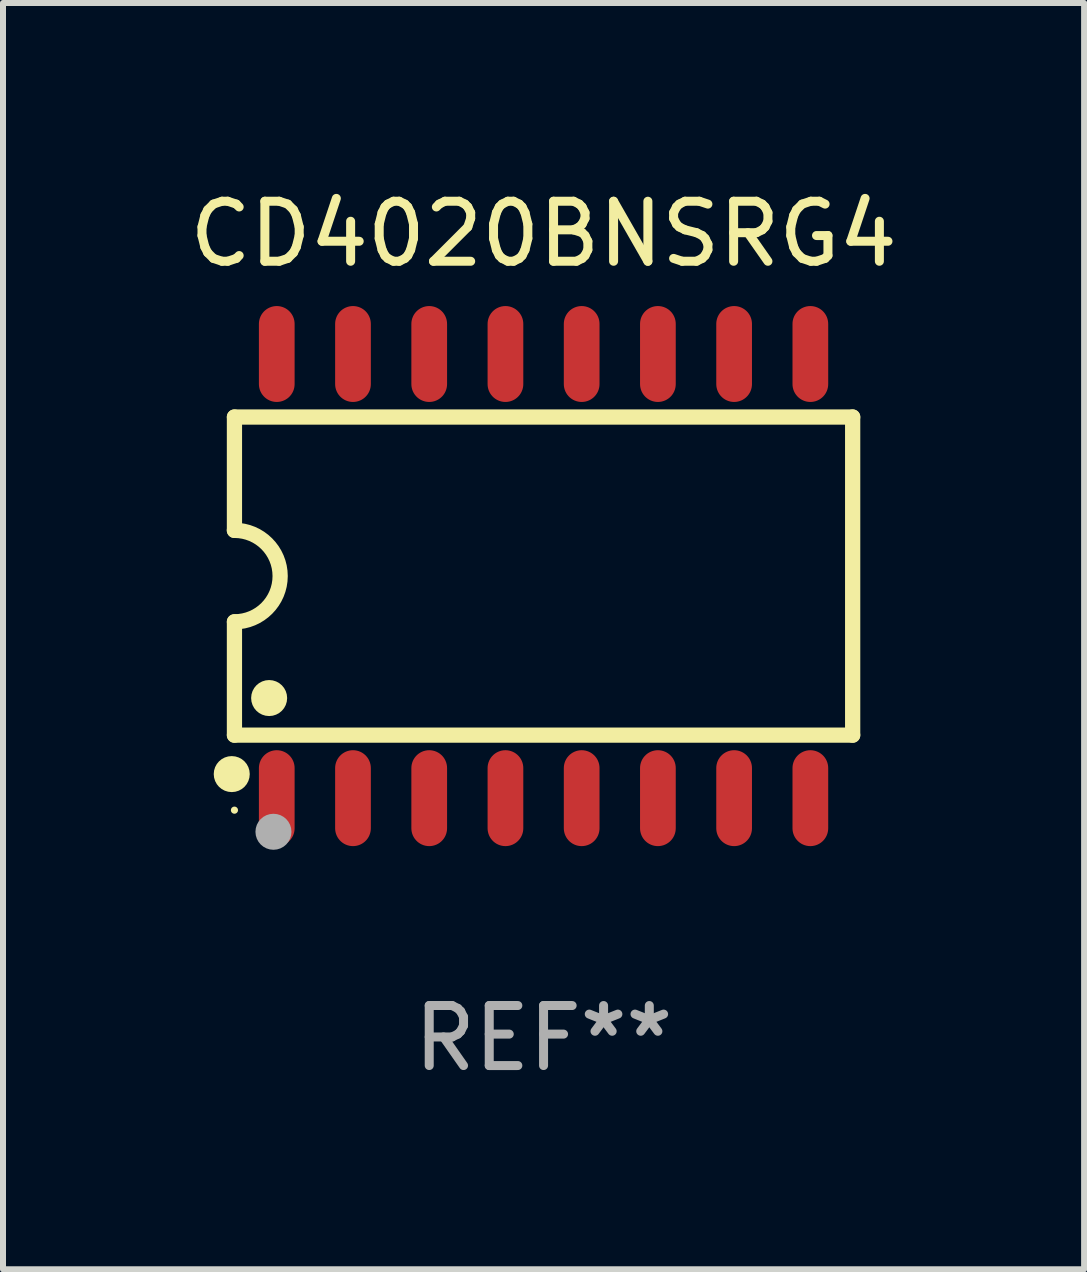
<source format=kicad_pcb>
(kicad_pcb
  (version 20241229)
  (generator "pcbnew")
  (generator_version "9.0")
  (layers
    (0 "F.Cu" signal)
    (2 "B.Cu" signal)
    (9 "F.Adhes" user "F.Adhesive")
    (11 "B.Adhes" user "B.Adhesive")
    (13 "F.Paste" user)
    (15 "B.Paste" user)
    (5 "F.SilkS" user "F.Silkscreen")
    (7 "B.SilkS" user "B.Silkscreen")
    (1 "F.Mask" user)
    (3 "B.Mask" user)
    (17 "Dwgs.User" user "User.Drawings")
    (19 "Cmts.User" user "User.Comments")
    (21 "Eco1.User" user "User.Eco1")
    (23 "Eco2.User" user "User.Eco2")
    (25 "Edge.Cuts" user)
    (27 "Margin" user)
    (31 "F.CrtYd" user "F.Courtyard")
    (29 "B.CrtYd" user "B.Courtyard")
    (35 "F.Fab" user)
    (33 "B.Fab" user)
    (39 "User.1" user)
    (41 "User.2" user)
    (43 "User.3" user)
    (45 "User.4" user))
  (footprint "CD4020BNSRG4"
    (layer "F.Cu")
    (at 6.006 6.548)
    (property "Reference" "CD4020BNSRG4" (at 0 -5.7 0) (layer "F.SilkS") (effects (font (size 1 1) (thickness 0.15))))
    (attr through_hole)
    (fp_line (start -5.15 -2.65) (end -5.15 -0.762) (stroke (width 0.254) (type solid)) (layer "F.SilkS"))
    (fp_line (start -5.15 -2.65) (end 5.15 -2.65) (stroke (width 0.254) (type solid)) (layer "F.SilkS"))
    (fp_line (start -5.15 2.65) (end -5.15 0.762) (stroke (width 0.254) (type solid)) (layer "F.SilkS"))
    (fp_line (start 5.15 -2.65) (end 5.15 2.65) (stroke (width 0.254) (type solid)) (layer "F.SilkS"))
    (fp_line (start 5.15 2.65) (end -5.15 2.65) (stroke (width 0.254) (type solid)) (layer "F.SilkS"))
    (fp_arc (start -5.151131 -0.762003) (mid -4.389128 -0.000559) (end -5.150013 0.762002) (stroke (width 0.254001) (type solid)) (layer "F.SilkS"))
    (fp_circle (center -5.195 3.299) (end -5.045 3.299) (stroke (width 0.3) (type solid)) (fill no) (layer "F.SilkS"))
    (fp_circle (center -5.15 3.9) (end -5.12 3.9) (stroke (width 0.06) (type solid)) (fill no) (layer "F.SilkS"))
    (fp_circle (center -4.572 2.032) (end -4.422 2.032) (stroke (width 0.3) (type solid)) (fill no) (layer "F.SilkS"))
    (fp_circle (center -4.5 4.26) (end -4.35 4.26) (stroke (width 0.3) (type solid)) (fill no) (layer "F.Fab"))
    (fp_text user "REF**" (at 0 7.7 0) (layer "F.Fab") (effects (font (size 1 1) (thickness 0.15))))
    (pad "1" smd oval (at -4.445 3.7) (size 0.595 1.598) (layers "F.Cu" "F.Mask" "F.Paste"))
    (pad "2" smd oval (at -3.175 3.7) (size 0.595 1.598) (layers "F.Cu" "F.Mask" "F.Paste"))
    (pad "3" smd oval (at -1.905 3.7) (size 0.595 1.598) (layers "F.Cu" "F.Mask" "F.Paste"))
    (pad "4" smd oval (at -0.635 3.7) (size 0.595 1.598) (layers "F.Cu" "F.Mask" "F.Paste"))
    (pad "5" smd oval (at 0.635 3.7) (size 0.595 1.598) (layers "F.Cu" "F.Mask" "F.Paste"))
    (pad "6" smd oval (at 1.905 3.7) (size 0.595 1.598) (layers "F.Cu" "F.Mask" "F.Paste"))
    (pad "7" smd oval (at 3.175 3.7) (size 0.595 1.598) (layers "F.Cu" "F.Mask" "F.Paste"))
    (pad "8" smd oval (at 4.445 3.7) (size 0.595 1.598) (layers "F.Cu" "F.Mask" "F.Paste"))
    (pad "9" smd oval (at 4.445 -3.7) (size 0.595 1.598) (layers "F.Cu" "F.Mask" "F.Paste"))
    (pad "10" smd oval (at 3.175 -3.7) (size 0.595 1.598) (layers "F.Cu" "F.Mask" "F.Paste"))
    (pad "11" smd oval (at 1.905 -3.7) (size 0.595 1.598) (layers "F.Cu" "F.Mask" "F.Paste"))
    (pad "12" smd oval (at 0.635 -3.7) (size 0.595 1.598) (layers "F.Cu" "F.Mask" "F.Paste"))
    (pad "13" smd oval (at -0.635 -3.7) (size 0.595 1.598) (layers "F.Cu" "F.Mask" "F.Paste"))
    (pad "14" smd oval (at -1.905 -3.7) (size 0.595 1.598) (layers "F.Cu" "F.Mask" "F.Paste"))
    (pad "15" smd oval (at -3.175 -3.7) (size 0.595 1.598) (layers "F.Cu" "F.Mask" "F.Paste"))
    (pad "16" smd oval (at -4.445 -3.7) (size 0.595 1.598) (layers "F.Cu" "F.Mask" "F.Paste")))
  (gr_rect
    (start -3 -3)
    (end 15.012 18.097)
    (stroke (width 0.1) (type default))
    (fill no)
    (layer "Edge.Cuts")))
</source>
